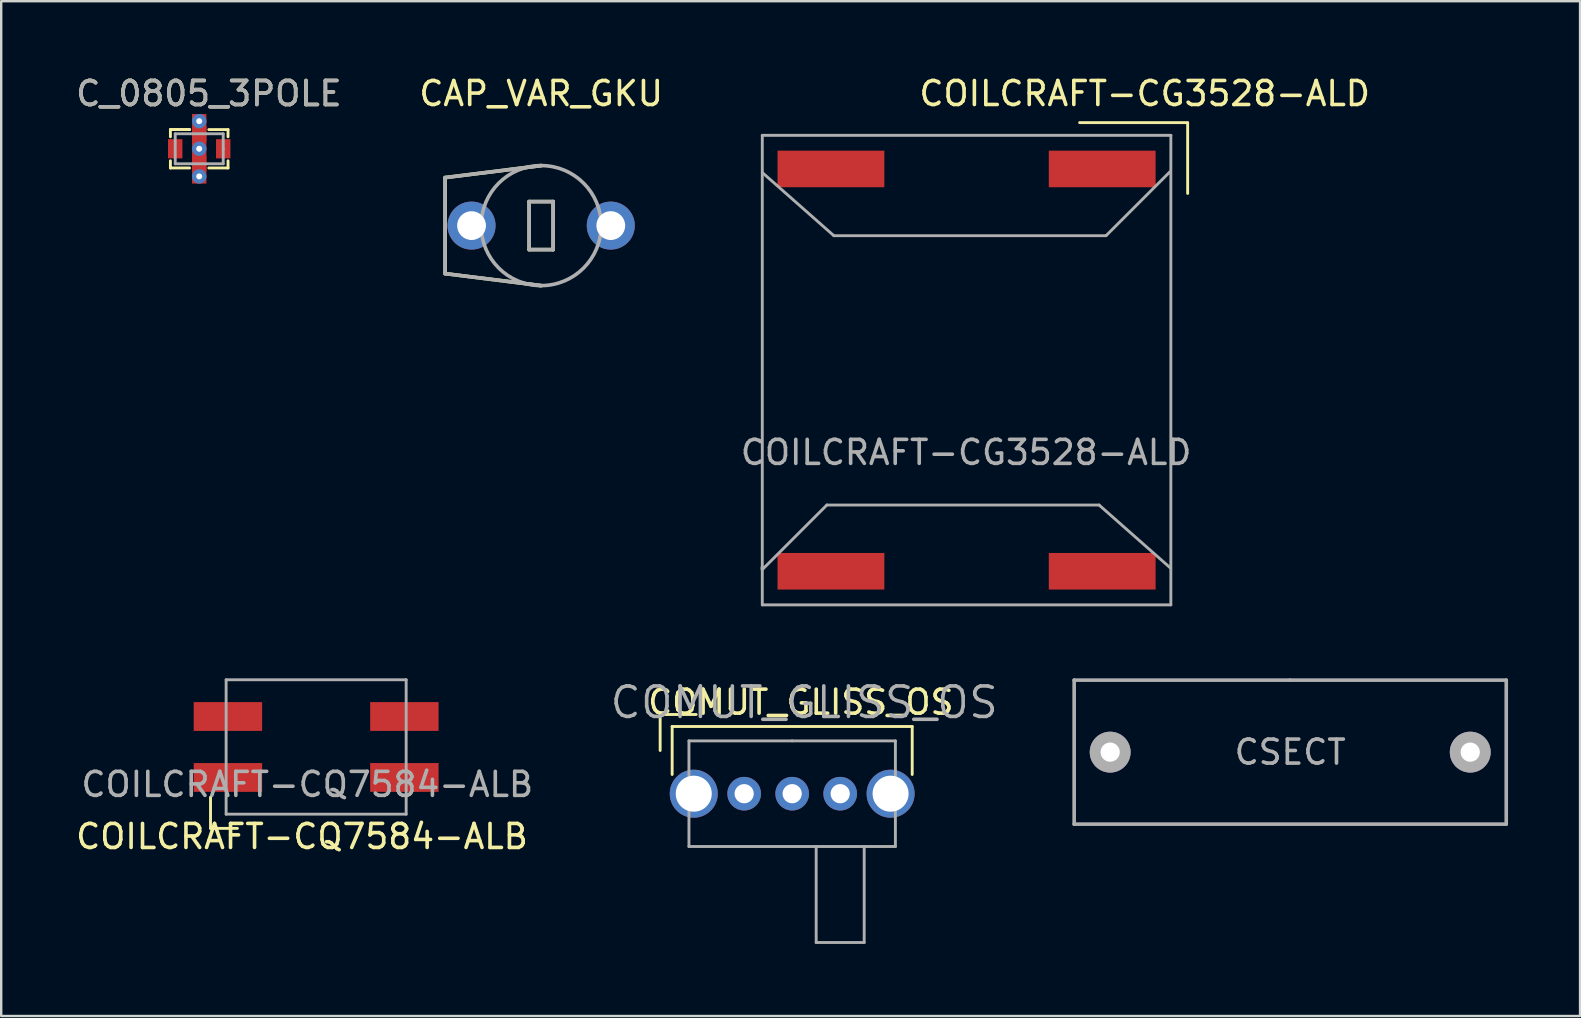
<source format=kicad_pcb>
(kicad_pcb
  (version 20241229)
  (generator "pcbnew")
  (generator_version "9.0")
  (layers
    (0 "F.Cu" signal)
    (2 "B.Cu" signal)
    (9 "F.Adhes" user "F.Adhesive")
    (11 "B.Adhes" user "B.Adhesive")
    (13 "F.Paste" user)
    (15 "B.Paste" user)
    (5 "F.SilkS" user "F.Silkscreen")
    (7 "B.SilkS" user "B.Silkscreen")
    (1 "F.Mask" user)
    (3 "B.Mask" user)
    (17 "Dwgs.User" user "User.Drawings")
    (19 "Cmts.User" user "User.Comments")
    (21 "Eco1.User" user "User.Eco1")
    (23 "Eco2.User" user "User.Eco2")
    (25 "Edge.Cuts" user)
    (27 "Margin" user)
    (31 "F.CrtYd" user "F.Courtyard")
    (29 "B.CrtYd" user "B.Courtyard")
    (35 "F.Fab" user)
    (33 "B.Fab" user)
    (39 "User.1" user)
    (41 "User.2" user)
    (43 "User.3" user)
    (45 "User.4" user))
  (footprint "COMUT_GLISS_OS"
    (layer "F.Cu")
    (at 29.951 30.014)
    (property "Reference" "COMUT_GLISS_OS" (at 0.36 -3.81 0) (layer "F.SilkS") (effects (font (size 1 1) (thickness 0.15))))
    (attr through_hole)
    (fp_line (start -5.5 -3.3) (end -4 -3.3) (stroke (width 0.12) (type solid)) (layer "F.SilkS"))
    (fp_line (start -5.5 -1.8) (end -5.5 -3.3) (stroke (width 0.12) (type solid)) (layer "F.SilkS"))
    (fp_line (start -5 -2.8) (end 5 -2.8) (stroke (width 0.12) (type solid)) (layer "F.SilkS"))
    (fp_line (start -5 -0.8) (end -5 -2.8) (stroke (width 0.12) (type solid)) (layer "F.SilkS"))
    (fp_line (start 5 -2.8) (end 5 -0.8) (stroke (width 0.12) (type solid)) (layer "F.SilkS"))
    (fp_line (start -4.3 -2.2) (end -4.3 2.2) (stroke (width 0.12) (type solid)) (layer "F.Fab"))
    (fp_line (start -4.3 2.2) (end 4.3 2.2) (stroke (width 0.12) (type solid)) (layer "F.Fab"))
    (fp_line (start 0 -2.2) (end -4.3 -2.2) (stroke (width 0.12) (type solid)) (layer "F.Fab"))
    (fp_line (start 1 6.2) (end 1 2.2) (stroke (width 0.12) (type solid)) (layer "F.Fab"))
    (fp_line (start 3 2.2) (end 3 6.2) (stroke (width 0.12) (type solid)) (layer "F.Fab"))
    (fp_line (start 3 6.2) (end 1 6.2) (stroke (width 0.12) (type solid)) (layer "F.Fab"))
    (fp_line (start 4.3 -2.2) (end 0 -2.2) (stroke (width 0.12) (type solid)) (layer "F.Fab"))
    (fp_line (start 4.3 2.2) (end 4.3 -2.2) (stroke (width 0.12) (type solid)) (layer "F.Fab"))
    (fp_text user "${REFERENCE}" (at 0.5 -3.8 0) (layer "F.Fab") (effects (font (size 1.27 1.27) (thickness 0.15))))
    (pad "0" thru_hole circle (at -4.1 0) (size 2 2) (drill 1.5) (layers "*.Cu" "*.Mask"))
    (pad "0" thru_hole circle (at 4.1 0) (size 2 2) (drill 1.5) (layers "*.Cu" "*.Mask"))
    (pad "1" thru_hole circle (at -2 0) (size 1.4 1.4) (drill 0.8) (layers "*.Cu" "*.Mask"))
    (pad "2" thru_hole circle (at 0 0) (size 1.4 1.4) (drill 0.8) (layers "*.Cu" "*.Mask"))
    (pad "3" thru_hole circle (at 2 0) (size 1.4 1.4) (drill 0.8) (layers "*.Cu" "*.Mask")))
  (footprint "COILCRAFT-CG3528-ALD"
    (layer "F.Cu")
    (at 37.216 12.368)
    (property "Reference" "COILCRAFT-CG3528-ALD" (at 7.42 -11.52 180) (layer "F.SilkS") (effects (font (size 1 1) (thickness 0.15))))
    (attr through_hole)
    (fp_line (start 9.21 -10.31) (end 4.71 -10.31) (stroke (width 0.12) (type solid)) (layer "F.SilkS"))
    (fp_line (start 9.21 -10.3) (end 9.21 -7.36) (stroke (width 0.12) (type solid)) (layer "F.SilkS"))
    (fp_line (start -8.52 8.31) (end -8.52 8.21) (stroke (width 0.12) (type solid)) (layer "F.Fab"))
    (fp_line (start -8.51 -9.78) (end 8.51 -9.78) (stroke (width 0.12) (type solid)) (layer "F.Fab"))
    (fp_line (start -8.51 -8.23) (end -5.53 -5.6) (stroke (width 0.12) (type solid)) (layer "F.Fab"))
    (fp_line (start -8.51 9.78) (end -8.51 -9.78) (stroke (width 0.12) (type solid)) (layer "F.Fab"))
    (fp_line (start -5.82 5.62) (end -8.48 8.28) (stroke (width 0.12) (type solid)) (layer "F.Fab"))
    (fp_line (start -5.53 -5.6) (end 5.81 -5.6) (stroke (width 0.12) (type solid)) (layer "F.Fab"))
    (fp_line (start 5.52 5.62) (end -5.82 5.62) (stroke (width 0.12) (type solid)) (layer "F.Fab"))
    (fp_line (start 5.81 -5.6) (end 8.47 -8.26) (stroke (width 0.12) (type solid)) (layer "F.Fab"))
    (fp_line (start 8.5 8.25) (end 5.52 5.62) (stroke (width 0.12) (type solid)) (layer "F.Fab"))
    (fp_line (start 8.51 -9.78) (end 8.51 9.78) (stroke (width 0.12) (type solid)) (layer "F.Fab"))
    (fp_line (start 8.51 9.78) (end -8.51 9.78) (stroke (width 0.12) (type solid)) (layer "F.Fab"))
    (fp_text user "${REFERENCE}" (at -0.02 3.43 0) (layer "F.Fab") (effects (font (size 1 1) (thickness 0.15))))
    (pad "1" smd rect (at 5.65 -8.38) (size 4.45 1.524) (layers "F.Cu" "F.Mask" "F.Paste"))
    (pad "2" smd rect (at -5.65 -8.38) (size 4.45 1.524) (layers "F.Cu" "F.Mask" "F.Paste"))
    (pad "3" smd rect (at -5.65 8.38) (size 4.45 1.524) (layers "F.Cu" "F.Mask" "F.Paste"))
    (pad "4" smd rect (at 5.65 8.38) (size 4.45 1.524) (layers "F.Cu" "F.Mask" "F.Paste")))
  (footprint "C_0805_3POLE"
    (layer "F.Cu")
    (at 5.249 3.148)
    (property "Reference" "C_0805_3POLE" (at 0.4 -2.3 0) (layer "F.SilkS") (effects (font (size 1 1) (thickness 0.15))))
    (attr through_hole)
    (fp_line (start -1.2 -0.8) (end -1.2 -0.5) (stroke (width 0.12) (type solid)) (layer "F.SilkS"))
    (fp_line (start -1.2 -0.8) (end -0.4 -0.8) (stroke (width 0.12) (type solid)) (layer "F.SilkS"))
    (fp_line (start -1.2 0.5) (end -1.2 0.8) (stroke (width 0.12) (type solid)) (layer "F.SilkS"))
    (fp_line (start -1.2 0.8) (end -0.4 0.8) (stroke (width 0.12) (type solid)) (layer "F.SilkS"))
    (fp_line (start -0.4 -0.8) (end -1.2 -0.8) (stroke (width 0.12) (type solid)) (layer "F.SilkS"))
    (fp_line (start 0.4 0.8) (end 1.2 0.8) (stroke (width 0.12) (type solid)) (layer "F.SilkS"))
    (fp_line (start 1.2 -0.8) (end 0.4 -0.8) (stroke (width 0.12) (type solid)) (layer "F.SilkS"))
    (fp_line (start 1.2 -0.5) (end 1.2 -0.8) (stroke (width 0.12) (type solid)) (layer "F.SilkS"))
    (fp_line (start 1.2 0.8) (end 1.2 0.5) (stroke (width 0.12) (type solid)) (layer "F.SilkS"))
    (fp_line (start -1 -0.625) (end -1 0.625) (stroke (width 0.12) (type solid)) (layer "F.Fab"))
    (fp_line (start -1 0.625) (end 1 0.625) (stroke (width 0.12) (type solid)) (layer "F.Fab"))
    (fp_line (start 1 -0.625) (end -1 -0.625) (stroke (width 0.12) (type solid)) (layer "F.Fab"))
    (fp_line (start 1 0) (end 1 -0.625) (stroke (width 0.12) (type solid)) (layer "F.Fab"))
    (fp_line (start 1 0.625) (end 1 0) (stroke (width 0.12) (type solid)) (layer "F.Fab"))
    (fp_text user "${REFERENCE}" (at 0.4 -2.3 0) (layer "F.Fab") (effects (font (size 1 1) (thickness 0.15))))
    (pad "1" smd rect (at -1 0) (size 0.6 0.8) (layers "F.Cu" "F.Mask" "F.Paste"))
    (pad "2" thru_hole circle (at 0 -1.15) (size 0.6 0.6) (drill 0.25) (layers "*.Cu"))
    (pad "2" smd rect (at 0 -0.625) (size 0.6 0.65) (layers "F.Cu" "F.Mask" "F.Paste"))
    (pad "2" thru_hole circle (at 0 0) (size 0.6 0.6) (drill 0.25) (layers "*.Cu"))
    (pad "2" smd rect (at 0 0) (size 0.6 2.9) (layers "F.Cu"))
    (pad "2" smd rect (at 0 0.625) (size 0.6 0.65) (layers "F.Cu" "F.Mask" "F.Paste"))
    (pad "2" thru_hole circle (at 0 1.15) (size 0.6 0.6) (drill 0.25) (layers "*.Cu"))
    (pad "3" smd rect (at 1 0) (size 0.6 0.8) (layers "F.Cu" "F.Mask" "F.Paste")))
  (footprint "CAP_VAR_GKU"
    (layer "F.Cu")
    (at 19.494 6.348)
    (property "Reference" "CAP_VAR_GKU" (at 0 -5.5 0) (layer "F.SilkS") (effects (font (size 1 1) (thickness 0.15))))
    (attr through_hole)
    (fp_line (start -4 -2) (end -4 2) (stroke (width 0.15) (type solid)) (layer "F.SilkS"))
    (fp_line (start -4 -2) (end 0 -2.5) (stroke (width 0.15) (type solid)) (layer "F.SilkS"))
    (fp_line (start -4 2) (end 0 2.5) (stroke (width 0.15) (type solid)) (layer "F.SilkS"))
    (fp_line (start -0.5 -1) (end -0.5 1) (stroke (width 0.15) (type solid)) (layer "F.SilkS"))
    (fp_line (start -0.5 1) (end 0.5 1) (stroke (width 0.15) (type solid)) (layer "F.SilkS"))
    (fp_line (start 0.5 -1) (end -0.5 -1) (stroke (width 0.15) (type solid)) (layer "F.SilkS"))
    (fp_line (start 0.5 1) (end 0.5 -1) (stroke (width 0.15) (type solid)) (layer "F.SilkS"))
    (fp_line (start -4 -2) (end -4 2) (stroke (width 0.15) (type solid)) (layer "F.Fab"))
    (fp_line (start -4 2) (end 0 2.5) (stroke (width 0.15) (type solid)) (layer "F.Fab"))
    (fp_line (start -0.5 -1) (end 0.5 -1) (stroke (width 0.15) (type solid)) (layer "F.Fab"))
    (fp_line (start -0.5 1) (end -0.5 -1) (stroke (width 0.15) (type solid)) (layer "F.Fab"))
    (fp_line (start 0 -2.5) (end -4 -2) (stroke (width 0.15) (type solid)) (layer "F.Fab"))
    (fp_line (start 0.5 -1) (end 0.5 1) (stroke (width 0.15) (type solid)) (layer "F.Fab"))
    (fp_line (start 0.5 1) (end -0.5 1) (stroke (width 0.15) (type solid)) (layer "F.Fab"))
    (fp_circle (center 0 0) (end 2.5 0) (stroke (width 0.15) (type solid)) (fill no) (layer "F.Fab"))
    (pad "1" thru_hole circle (at -2.9 0) (size 2 2) (drill 1.2) (layers "*.Cu" "*.Mask"))
    (pad "2" thru_hole circle (at 2.9 0) (size 2 2) (drill 1.2) (layers "*.Cu" "*.Mask")))
  (footprint "CSECT"
    (layer "F.Cu")
    (at 50.698 28.283)
    (property "Reference" "CSECT" (at 0 0 0) (layer "F.Fab") (effects (font (size 1 1) (thickness 0.15))))
    (attr through_hole)
    (fp_line (start -9 -3) (end -9 3) (stroke (width 0.15) (type solid)) (layer "F.Fab"))
    (fp_line (start -9 3) (end 9 3) (stroke (width 0.15) (type solid)) (layer "F.Fab"))
    (fp_line (start 0 -3) (end -9 -3) (stroke (width 0.15) (type solid)) (layer "F.Fab"))
    (fp_line (start 9 -3) (end 0 -3) (stroke (width 0.15) (type solid)) (layer "F.Fab"))
    (fp_line (start 9 3) (end 9 -3) (stroke (width 0.15) (type solid)) (layer "F.Fab"))
    (pad "1" thru_hole circle (at -7.5 0) (size 1.7 1.7) (drill 0.8) (layers "*.Cu" "*.Mask" "F.Fab"))
    (pad "2" thru_hole circle (at 7.5 0) (size 1.7 1.7) (drill 0.8) (layers "*.Cu" "*.Mask" "F.Fab")))
  (footprint "COILCRAFT-CQ7584-ALB"
    (layer "F.Cu")
    (at 10.12 28.068)
    (property "Reference" "COILCRAFT-CQ7584-ALB" (at -0.59 3.73 0) (layer "F.SilkS") (effects (font (size 1 1) (thickness 0.15))))
    (attr through_hole)
    (fp_line (start -4.4 2.09) (end -4.4 3.39) (stroke (width 0.12) (type solid)) (layer "F.SilkS"))
    (fp_line (start -4.4 3.39) (end -3.28 3.39) (stroke (width 0.12) (type solid)) (layer "F.SilkS"))
    (fp_line (start -3.75 -2.8) (end 3.75 -2.8) (stroke (width 0.12) (type solid)) (layer "F.Fab"))
    (fp_line (start -3.75 2.8) (end -3.75 -2.8) (stroke (width 0.12) (type solid)) (layer "F.Fab"))
    (fp_line (start 3.75 -2.8) (end 3.75 2.8) (stroke (width 0.12) (type solid)) (layer "F.Fab"))
    (fp_line (start 3.75 2.8) (end -3.75 2.8) (stroke (width 0.12) (type solid)) (layer "F.Fab"))
    (fp_text user "${REFERENCE}" (at -0.37 1.56 0) (layer "F.Fab") (effects (font (size 1 1) (thickness 0.15))))
    (pad "1" smd rect (at -3.675 1.27) (size 2.85 1.2) (layers "F.Cu" "F.Mask" "F.Paste"))
    (pad "2" smd rect (at 3.675 1.27) (size 2.85 1.2) (layers "F.Cu" "F.Mask" "F.Paste"))
    (pad "3" smd rect (at 3.675 -1.27) (size 2.85 1.2) (layers "F.Cu" "F.Mask" "F.Paste"))
    (pad "4" smd rect (at -3.675 -1.27) (size 2.85 1.2) (layers "F.Cu" "F.Mask" "F.Paste")))
  (gr_rect
    (start -3 -3)
    (end 62.773 39.274)
    (stroke (width 0.1) (type default))
    (fill no)
    (layer "Edge.Cuts")))
</source>
